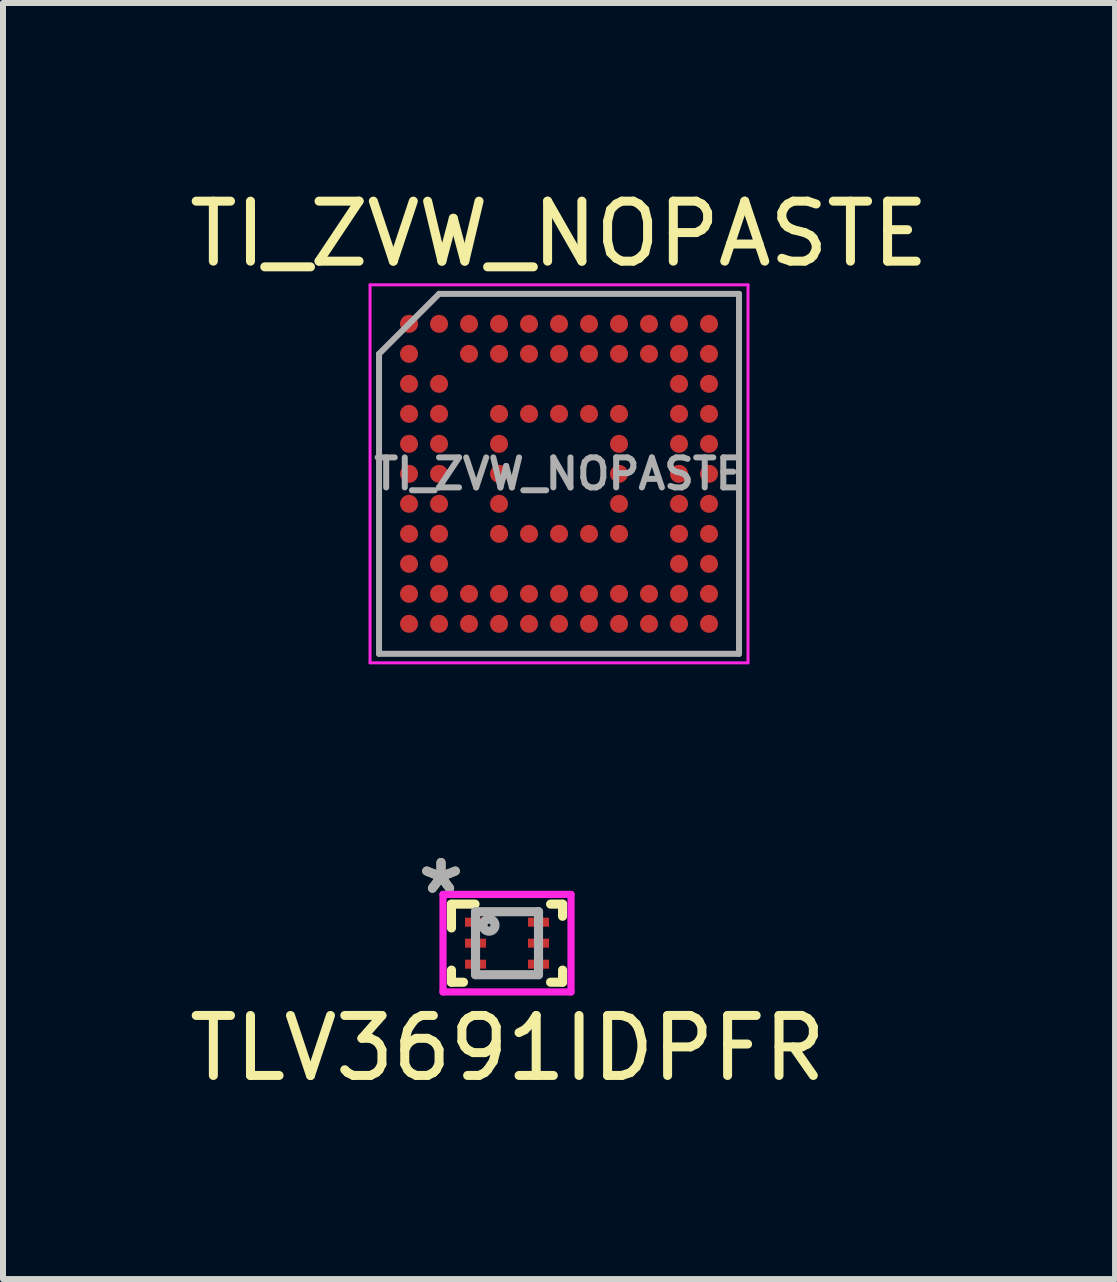
<source format=kicad_pcb>
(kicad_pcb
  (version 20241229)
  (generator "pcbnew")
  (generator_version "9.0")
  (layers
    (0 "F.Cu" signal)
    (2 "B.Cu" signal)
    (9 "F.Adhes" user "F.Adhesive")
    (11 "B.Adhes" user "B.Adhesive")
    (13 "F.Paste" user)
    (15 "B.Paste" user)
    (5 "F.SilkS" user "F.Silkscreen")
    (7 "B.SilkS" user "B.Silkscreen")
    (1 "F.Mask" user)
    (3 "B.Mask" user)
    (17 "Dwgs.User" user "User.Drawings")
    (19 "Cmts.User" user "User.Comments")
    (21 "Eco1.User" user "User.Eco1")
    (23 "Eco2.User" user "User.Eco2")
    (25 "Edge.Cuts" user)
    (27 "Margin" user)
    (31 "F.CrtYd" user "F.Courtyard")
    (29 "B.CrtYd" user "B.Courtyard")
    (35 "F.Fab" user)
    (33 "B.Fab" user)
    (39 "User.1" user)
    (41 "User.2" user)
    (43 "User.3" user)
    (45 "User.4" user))
  (footprint "TI_ZVW_NOPASTE"
    (layer "F.Cu")
    (at 6.268 4.848)
    (property "Reference" "TI_ZVW_NOPASTE" (at 0 -4 0) (layer "F.SilkS") (effects (font (size 1 1) (thickness 0.15))))
    (attr smd)
    (fp_line (start -3.15 -3.15) (end 3.15 -3.15) (stroke (width 0.05) (type solid)) (layer "F.CrtYd"))
    (fp_line (start -3.15 3.15) (end -3.15 -3.15) (stroke (width 0.05) (type solid)) (layer "F.CrtYd"))
    (fp_line (start 3.15 -3.15) (end 3.15 3.15) (stroke (width 0.05) (type solid)) (layer "F.CrtYd"))
    (fp_line (start 3.15 3.15) (end -3.15 3.15) (stroke (width 0.05) (type solid)) (layer "F.CrtYd"))
    (fp_line (start -3 -2) (end -3 3) (stroke (width 0.1) (type solid)) (layer "F.Fab"))
    (fp_line (start -3 3) (end 3 3) (stroke (width 0.1) (type solid)) (layer "F.Fab"))
    (fp_line (start -2 -3) (end -3 -2) (stroke (width 0.1) (type solid)) (layer "F.Fab"))
    (fp_line (start 3 -3) (end -2 -3) (stroke (width 0.1) (type solid)) (layer "F.Fab"))
    (fp_line (start 3 3) (end 3 -3) (stroke (width 0.1) (type solid)) (layer "F.Fab"))
    (fp_text user "${REFERENCE}" (at 0 0 0) (layer "F.Fab") (effects (font (size 0.5 0.5) (thickness 0.1))))
    (pad "A1" smd circle (at -2.5 -2.5) (size 0.3 0.3) (layers "F.Cu" "F.Mask"))
    (pad "A2" smd circle (at -2 -2.5) (size 0.3 0.3) (layers "F.Cu" "F.Mask"))
    (pad "A3" smd circle (at -1.5 -2.5) (size 0.3 0.3) (layers "F.Cu" "F.Mask"))
    (pad "A4" smd circle (at -1 -2.5) (size 0.3 0.3) (layers "F.Cu" "F.Mask"))
    (pad "A5" smd circle (at -0.5 -2.5) (size 0.3 0.3) (layers "F.Cu" "F.Mask"))
    (pad "A6" smd circle (at 0 -2.5) (size 0.3 0.3) (layers "F.Cu" "F.Mask"))
    (pad "A7" smd circle (at 0.5 -2.5) (size 0.3 0.3) (layers "F.Cu" "F.Mask"))
    (pad "A8" smd circle (at 1 -2.5) (size 0.3 0.3) (layers "F.Cu" "F.Mask"))
    (pad "A9" smd circle (at 1.5 -2.5) (size 0.3 0.3) (layers "F.Cu" "F.Mask"))
    (pad "A10" smd circle (at 2 -2.5) (size 0.3 0.3) (layers "F.Cu" "F.Mask"))
    (pad "A11" smd circle (at 2.5 -2.5) (size 0.3 0.3) (layers "F.Cu" "F.Mask"))
    (pad "B1" smd circle (at -2.5 -2) (size 0.3 0.3) (layers "F.Cu" "F.Mask"))
    (pad "B3" smd circle (at -1.5 -2) (size 0.3 0.3) (layers "F.Cu" "F.Mask"))
    (pad "B4" smd circle (at -1 -2) (size 0.3 0.3) (layers "F.Cu" "F.Mask"))
    (pad "B5" smd circle (at -0.5 -2) (size 0.3 0.3) (layers "F.Cu" "F.Mask"))
    (pad "B6" smd circle (at 0 -2) (size 0.3 0.3) (layers "F.Cu" "F.Mask"))
    (pad "B7" smd circle (at 0.5 -2) (size 0.3 0.3) (layers "F.Cu" "F.Mask"))
    (pad "B8" smd circle (at 1 -2) (size 0.3 0.3) (layers "F.Cu" "F.Mask"))
    (pad "B9" smd circle (at 1.5 -2) (size 0.3 0.3) (layers "F.Cu" "F.Mask"))
    (pad "B10" smd circle (at 2 -2) (size 0.3 0.3) (layers "F.Cu" "F.Mask"))
    (pad "B11" smd circle (at 2.5 -2) (size 0.3 0.3) (layers "F.Cu" "F.Mask"))
    (pad "C1" smd circle (at -2.5 -1.5) (size 0.3 0.3) (layers "F.Cu" "F.Mask"))
    (pad "C2" smd circle (at -2 -1.5) (size 0.3 0.3) (layers "F.Cu" "F.Mask"))
    (pad "C10" smd circle (at 2 -1.5) (size 0.3 0.3) (layers "F.Cu" "F.Mask"))
    (pad "C11" smd circle (at 2.5 -1.5) (size 0.3 0.3) (layers "F.Cu" "F.Mask"))
    (pad "D1" smd circle (at -2.5 -1) (size 0.3 0.3) (layers "F.Cu" "F.Mask"))
    (pad "D2" smd circle (at -2 -1) (size 0.3 0.3) (layers "F.Cu" "F.Mask"))
    (pad "D4" smd circle (at -1 -1) (size 0.3 0.3) (layers "F.Cu" "F.Mask"))
    (pad "D5" smd circle (at -0.5 -1) (size 0.3 0.3) (layers "F.Cu" "F.Mask"))
    (pad "D6" smd circle (at 0 -1) (size 0.3 0.3) (layers "F.Cu" "F.Mask"))
    (pad "D7" smd circle (at 0.5 -1) (size 0.3 0.3) (layers "F.Cu" "F.Mask"))
    (pad "D8" smd circle (at 1 -1) (size 0.3 0.3) (layers "F.Cu" "F.Mask"))
    (pad "D10" smd circle (at 2 -1) (size 0.3 0.3) (layers "F.Cu" "F.Mask"))
    (pad "D11" smd circle (at 2.5 -1) (size 0.3 0.3) (layers "F.Cu" "F.Mask"))
    (pad "E1" smd circle (at -2.5 -0.5) (size 0.3 0.3) (layers "F.Cu" "F.Mask"))
    (pad "E2" smd circle (at -2 -0.5) (size 0.3 0.3) (layers "F.Cu" "F.Mask"))
    (pad "E4" smd circle (at -1 -0.5) (size 0.3 0.3) (layers "F.Cu" "F.Mask"))
    (pad "E8" smd circle (at 1 -0.5) (size 0.3 0.3) (layers "F.Cu" "F.Mask"))
    (pad "E10" smd circle (at 2 -0.5) (size 0.3 0.3) (layers "F.Cu" "F.Mask"))
    (pad "E11" smd circle (at 2.5 -0.5) (size 0.3 0.3) (layers "F.Cu" "F.Mask"))
    (pad "F1" smd circle (at -2.5 0) (size 0.3 0.3) (layers "F.Cu" "F.Mask"))
    (pad "F2" smd circle (at -2 0) (size 0.3 0.3) (layers "F.Cu" "F.Mask"))
    (pad "F4" smd circle (at -1 0) (size 0.3 0.3) (layers "F.Cu" "F.Mask"))
    (pad "F8" smd circle (at 1 0) (size 0.3 0.3) (layers "F.Cu" "F.Mask"))
    (pad "F10" smd circle (at 2 0) (size 0.3 0.3) (layers "F.Cu" "F.Mask"))
    (pad "F11" smd circle (at 2.5 0) (size 0.3 0.3) (layers "F.Cu" "F.Mask"))
    (pad "G1" smd circle (at -2.5 0.5) (size 0.3 0.3) (layers "F.Cu" "F.Mask"))
    (pad "G2" smd circle (at -2 0.5) (size 0.3 0.3) (layers "F.Cu" "F.Mask"))
    (pad "G4" smd circle (at -1 0.5) (size 0.3 0.3) (layers "F.Cu" "F.Mask"))
    (pad "G8" smd circle (at 1 0.5) (size 0.3 0.3) (layers "F.Cu" "F.Mask"))
    (pad "G10" smd circle (at 2 0.5) (size 0.3 0.3) (layers "F.Cu" "F.Mask"))
    (pad "G11" smd circle (at 2.5 0.5) (size 0.3 0.3) (layers "F.Cu" "F.Mask"))
    (pad "H1" smd circle (at -2.5 1) (size 0.3 0.3) (layers "F.Cu" "F.Mask"))
    (pad "H2" smd circle (at -2 1) (size 0.3 0.3) (layers "F.Cu" "F.Mask"))
    (pad "H4" smd circle (at -1 1) (size 0.3 0.3) (layers "F.Cu" "F.Mask"))
    (pad "H5" smd circle (at -0.5 1) (size 0.3 0.3) (layers "F.Cu" "F.Mask"))
    (pad "H6" smd circle (at 0 1) (size 0.3 0.3) (layers "F.Cu" "F.Mask"))
    (pad "H7" smd circle (at 0.5 1) (size 0.3 0.3) (layers "F.Cu" "F.Mask"))
    (pad "H8" smd circle (at 1 1) (size 0.3 0.3) (layers "F.Cu" "F.Mask"))
    (pad "H10" smd circle (at 2 1) (size 0.3 0.3) (layers "F.Cu" "F.Mask"))
    (pad "H11" smd circle (at 2.5 1) (size 0.3 0.3) (layers "F.Cu" "F.Mask"))
    (pad "J1" smd circle (at -2.5 1.5) (size 0.3 0.3) (layers "F.Cu" "F.Mask"))
    (pad "J2" smd circle (at -2 1.5) (size 0.3 0.3) (layers "F.Cu" "F.Mask"))
    (pad "J10" smd circle (at 2 1.5) (size 0.3 0.3) (layers "F.Cu" "F.Mask"))
    (pad "J11" smd circle (at 2.5 1.5) (size 0.3 0.3) (layers "F.Cu" "F.Mask"))
    (pad "K1" smd circle (at -2.5 2) (size 0.3 0.3) (layers "F.Cu" "F.Mask"))
    (pad "K2" smd circle (at -2 2) (size 0.3 0.3) (layers "F.Cu" "F.Mask"))
    (pad "K3" smd circle (at -1.5 2) (size 0.3 0.3) (layers "F.Cu" "F.Mask"))
    (pad "K4" smd circle (at -1 2) (size 0.3 0.3) (layers "F.Cu" "F.Mask"))
    (pad "K5" smd circle (at -0.5 2) (size 0.3 0.3) (layers "F.Cu" "F.Mask"))
    (pad "K6" smd circle (at 0 2) (size 0.3 0.3) (layers "F.Cu" "F.Mask"))
    (pad "K7" smd circle (at 0.5 2) (size 0.3 0.3) (layers "F.Cu" "F.Mask"))
    (pad "K8" smd circle (at 1 2) (size 0.3 0.3) (layers "F.Cu" "F.Mask"))
    (pad "K9" smd circle (at 1.5 2) (size 0.3 0.3) (layers "F.Cu" "F.Mask"))
    (pad "K10" smd circle (at 2 2) (size 0.3 0.3) (layers "F.Cu" "F.Mask"))
    (pad "K11" smd circle (at 2.5 2) (size 0.3 0.3) (layers "F.Cu" "F.Mask"))
    (pad "L1" smd circle (at -2.5 2.5) (size 0.3 0.3) (layers "F.Cu" "F.Mask"))
    (pad "L2" smd circle (at -2 2.5) (size 0.3 0.3) (layers "F.Cu" "F.Mask"))
    (pad "L3" smd circle (at -1.5 2.5) (size 0.3 0.3) (layers "F.Cu" "F.Mask"))
    (pad "L4" smd circle (at -1 2.5) (size 0.3 0.3) (layers "F.Cu" "F.Mask"))
    (pad "L5" smd circle (at -0.5 2.5) (size 0.3 0.3) (layers "F.Cu" "F.Mask"))
    (pad "L6" smd circle (at 0 2.5) (size 0.3 0.3) (layers "F.Cu" "F.Mask"))
    (pad "L7" smd circle (at 0.5 2.5) (size 0.3 0.3) (layers "F.Cu" "F.Mask"))
    (pad "L8" smd circle (at 1 2.5) (size 0.3 0.3) (layers "F.Cu" "F.Mask"))
    (pad "L9" smd circle (at 1.5 2.5) (size 0.3 0.3) (layers "F.Cu" "F.Mask"))
    (pad "L10" smd circle (at 2 2.5) (size 0.3 0.3) (layers "F.Cu" "F.Mask"))
    (pad "L11" smd circle (at 2.5 2.5) (size 0.3 0.3) (layers "F.Cu" "F.Mask")))
  (footprint "TLV3691IDPFR"
    (layer "F.Cu")
    (at 5.401 12.671)
    (property "Reference" "TLV3691IDPFR" (at 0.01 1.75 0) (layer "F.SilkS") (effects (font (size 1 1) (thickness 0.15))))
    (attr smd)
    (fp_line (start -0.926 -0.651) (end -0.533 -0.651) (stroke (width 0.152) (type solid)) (layer "F.SilkS"))
    (fp_line (start -0.926 -0.254) (end -0.926 -0.649) (stroke (width 0.152) (type solid)) (layer "F.SilkS"))
    (fp_line (start -0.926 0.649) (end -0.926 0.449) (stroke (width 0.152) (type solid)) (layer "F.SilkS"))
    (fp_line (start -0.926 0.651) (end -0.726 0.651) (stroke (width 0.152) (type solid)) (layer "F.SilkS"))
    (fp_line (start 0.726 -0.651) (end 0.926 -0.651) (stroke (width 0.152) (type solid)) (layer "F.SilkS"))
    (fp_line (start 0.726 0.651) (end 0.926 0.651) (stroke (width 0.152) (type solid)) (layer "F.SilkS"))
    (fp_line (start 0.926 -0.449) (end 0.926 -0.649) (stroke (width 0.152) (type solid)) (layer "F.SilkS"))
    (fp_line (start 0.926 0.649) (end 0.926 0.449) (stroke (width 0.152) (type solid)) (layer "F.SilkS"))
    (fp_line (start -1.067 -0.813) (end 1.067 -0.813) (stroke (width 0.12) (type solid)) (layer "F.CrtYd"))
    (fp_line (start -1.067 0.813) (end -1.067 -0.813) (stroke (width 0.12) (type solid)) (layer "F.CrtYd"))
    (fp_line (start 1.067 -0.813) (end 1.067 0.813) (stroke (width 0.12) (type solid)) (layer "F.CrtYd"))
    (fp_line (start 1.067 0.813) (end -1.067 0.813) (stroke (width 0.12) (type solid)) (layer "F.CrtYd"))
    (fp_line (start -0.525 -0.525) (end 0.525 -0.525) (stroke (width 0.152) (type solid)) (layer "F.Fab"))
    (fp_line (start -0.525 0.525) (end -0.525 -0.525) (stroke (width 0.152) (type solid)) (layer "F.Fab"))
    (fp_line (start -0.525 0.525) (end 0.525 0.525) (stroke (width 0.152) (type solid)) (layer "F.Fab"))
    (fp_line (start 0.525 0.525) (end 0.525 -0.525) (stroke (width 0.152) (type solid)) (layer "F.Fab"))
    (fp_circle (center -0.3 -0.3) (end -0.2 -0.3) (stroke (width 0.152) (type solid)) (fill no) (layer "F.Fab"))
    (fp_text user "*" (at -1.1 -0.8 0) (layer "F.SilkS") (effects (font (size 1 1) (thickness 0.15))))
    (fp_text user "*" (at -1.1 -0.8 0) (layer "F.Fab") (effects (font (size 1 1) (thickness 0.15))))
    (pad "1" smd rect (at -0.525 -0.35 90) (size 0.15 0.35) (layers "F.Cu" "F.Mask" "F.Paste"))
    (pad "2" smd rect (at -0.525 0 90) (size 0.15 0.35) (layers "F.Cu" "F.Mask" "F.Paste"))
    (pad "3" smd rect (at -0.525 0.35 90) (size 0.15 0.35) (layers "F.Cu" "F.Mask" "F.Paste"))
    (pad "4" smd rect (at 0.525 0.35 90) (size 0.15 0.35) (layers "F.Cu" "F.Mask" "F.Paste"))
    (pad "5" smd rect (at 0.525 0 90) (size 0.15 0.35) (layers "F.Cu" "F.Mask" "F.Paste"))
    (pad "6" smd rect (at 0.525 -0.35 90) (size 0.15 0.35) (layers "F.Cu" "F.Mask" "F.Paste")))
  (gr_rect
    (start -3 -3)
    (end 15.536 18.27)
    (stroke (width 0.1) (type default))
    (fill no)
    (layer "Edge.Cuts")))
</source>
